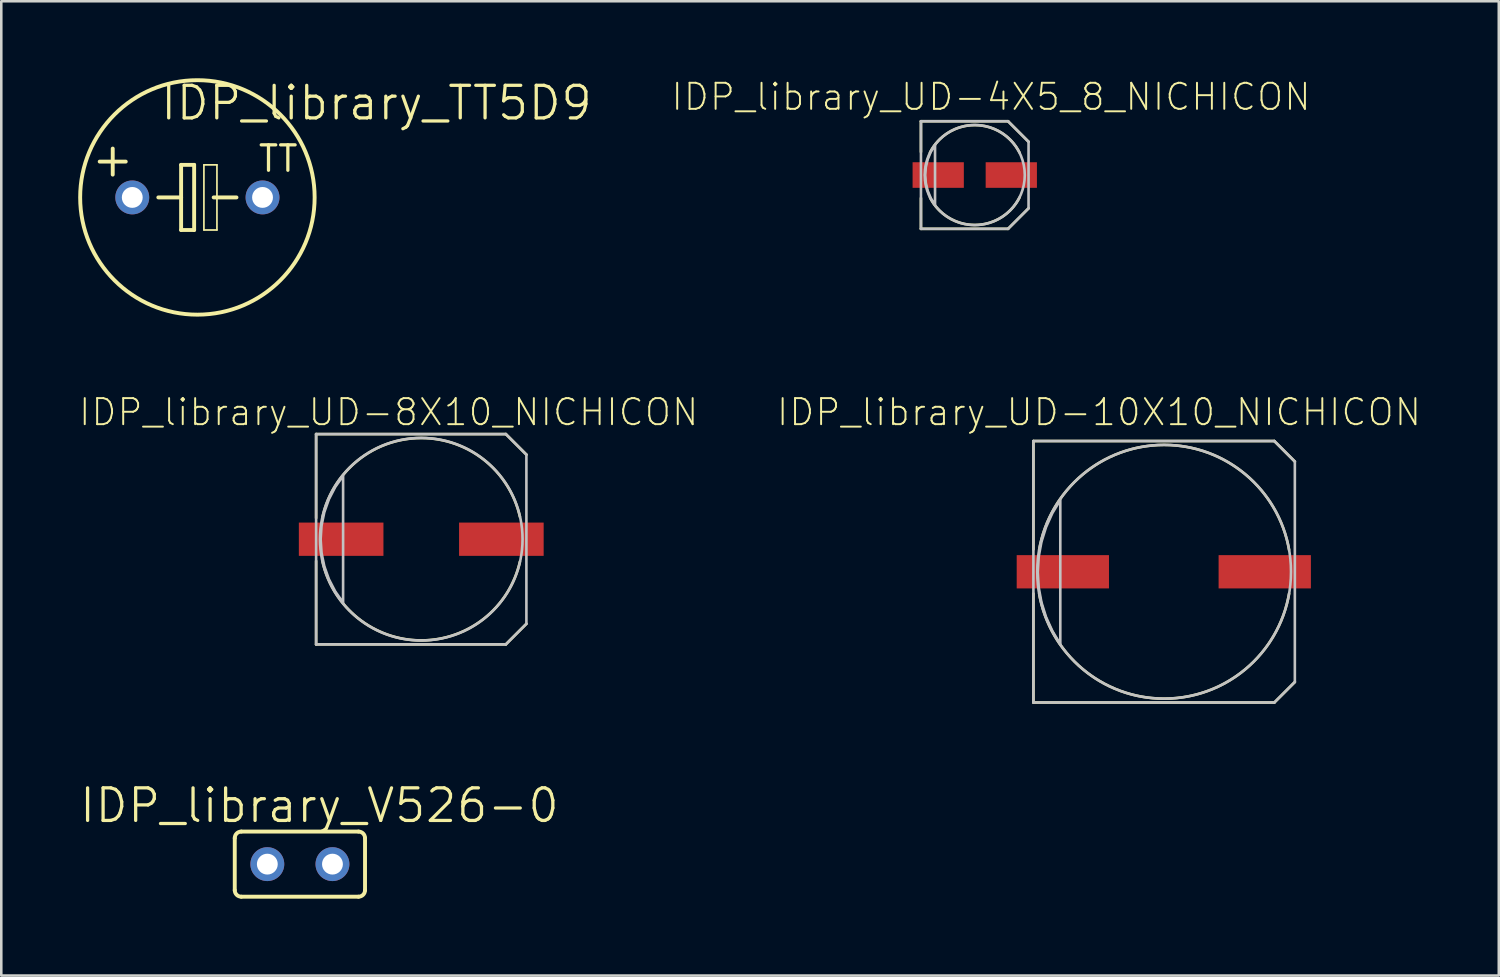
<source format=kicad_pcb>
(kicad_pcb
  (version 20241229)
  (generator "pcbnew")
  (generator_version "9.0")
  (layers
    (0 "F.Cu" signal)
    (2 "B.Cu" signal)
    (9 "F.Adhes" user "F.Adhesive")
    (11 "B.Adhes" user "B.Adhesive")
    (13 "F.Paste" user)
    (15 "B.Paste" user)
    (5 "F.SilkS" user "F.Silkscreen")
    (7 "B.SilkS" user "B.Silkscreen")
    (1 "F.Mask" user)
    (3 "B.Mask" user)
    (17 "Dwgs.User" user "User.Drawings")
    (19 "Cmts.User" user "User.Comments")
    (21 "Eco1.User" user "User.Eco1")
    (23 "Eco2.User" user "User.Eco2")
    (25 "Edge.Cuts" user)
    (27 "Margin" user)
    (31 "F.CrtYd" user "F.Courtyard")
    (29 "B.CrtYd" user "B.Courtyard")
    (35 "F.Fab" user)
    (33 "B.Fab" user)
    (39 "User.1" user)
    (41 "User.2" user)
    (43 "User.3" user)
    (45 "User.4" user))
  (footprint "IDP_library_UD-4X5_8_NICHICON"
    (layer "F.Cu")
    (at 34.963 3.776)
    (property "Reference" "IDP_library_UD-4X5_8_NICHICON" (at 0.635 -3.048 0) (layer "F.SilkS") (effects (font (size 1.016 1.016) (thickness 0.076))))
    (attr smd)
    (fp_line (start -2.098 -2.098) (end 1.298 -2.098) (stroke (width 0.102) (type solid)) (layer "F.SilkS"))
    (fp_line (start -2.098 -0.899) (end -2.098 -2.098) (stroke (width 0.102) (type solid)) (layer "F.SilkS"))
    (fp_line (start -2.098 2.098) (end -2.098 0.899) (stroke (width 0.102) (type solid)) (layer "F.SilkS"))
    (fp_line (start 1.298 -2.098) (end 2.098 -1.298) (stroke (width 0.102) (type solid)) (layer "F.SilkS"))
    (fp_line (start 1.298 2.098) (end -2.098 2.098) (stroke (width 0.102) (type solid)) (layer "F.SilkS"))
    (fp_line (start 2.098 1.298) (end 1.298 2.098) (stroke (width 0.102) (type solid)) (layer "F.SilkS"))
    (fp_arc (start -1.74752 -0.87376) (mid -0.002361 -1.94819) (end 1.745384 -0.877971) (stroke (width 0.1016) (type solid)) (layer "F.SilkS"))
    (fp_arc (start 1.74752 0.87376) (mid 0.002361 1.94819) (end -1.745384 0.877971) (stroke (width 0.1016) (type solid)) (layer "F.SilkS"))
    (fp_line (start -2.098 -2.098) (end 1.298 -2.098) (stroke (width 0.102) (type solid)) (layer "Dwgs.User"))
    (fp_line (start -2.098 2.098) (end -2.098 -2.098) (stroke (width 0.102) (type solid)) (layer "Dwgs.User"))
    (fp_line (start 1.298 -2.098) (end 2.098 -1.298) (stroke (width 0.102) (type solid)) (layer "Dwgs.User"))
    (fp_line (start 1.298 2.098) (end -2.098 2.098) (stroke (width 0.102) (type solid)) (layer "Dwgs.User"))
    (fp_line (start 2.098 -1.298) (end 2.098 1.298) (stroke (width 0.102) (type solid)) (layer "Dwgs.User"))
    (fp_line (start 2.098 1.298) (end 1.298 2.098) (stroke (width 0.102) (type solid)) (layer "Dwgs.User"))
    (fp_circle (center 0 0) (end 0 -1.951) (stroke (width 0.102) (type solid)) (fill no) (layer "Dwgs.User"))
    (fp_poly (pts (xy -1.549 -1.173) (xy -1.714 -0.907) (xy -1.834 -0.617) (xy -1.908 -0.312) (xy -1.933 0) (xy -1.908 0.312) (xy -1.834 0.617) (xy -1.714 0.907) (xy -1.549 1.173) (xy -1.549 -1.173)) (stroke (width 0.102) (type solid)) (fill no) (layer "Dwgs.User"))
    (pad "+" smd rect (at 1.425 0) (size 1.999 0.998) (layers "F.Cu" "F.Mask" "F.Paste"))
    (pad "-" smd rect (at -1.425 0) (size 1.999 0.998) (layers "F.Cu" "F.Mask" "F.Paste")))
  (footprint "IDP_library_V526-0"
    (layer "F.Cu")
    (at 8.645 30.649)
    (property "Reference" "IDP_library_V526-0" (at 0.762 -2.286 0) (layer "F.SilkS") (effects (font (size 1.27 1.27) (thickness 0.127))))
    (attr exclude_from_pos_files exclude_from_bom)
    (fp_line (start -2.54 -1.016) (end -2.54 1.016) (stroke (width 0.152) (type solid)) (layer "F.SilkS"))
    (fp_line (start -2.286 1.27) (end 2.286 1.27) (stroke (width 0.152) (type solid)) (layer "F.SilkS"))
    (fp_line (start 2.286 -1.27) (end -2.286 -1.27) (stroke (width 0.152) (type solid)) (layer "F.SilkS"))
    (fp_line (start 2.54 1.016) (end 2.54 -1.016) (stroke (width 0.152) (type solid)) (layer "F.SilkS"))
    (fp_arc (start -2.54 -1.016) (mid -2.465605 -1.195605) (end -2.286 -1.27) (stroke (width 0.1524) (type solid)) (layer "F.SilkS"))
    (fp_arc (start -2.286 1.27) (mid -2.465605 1.195605) (end -2.54 1.016) (stroke (width 0.1524) (type solid)) (layer "F.SilkS"))
    (fp_arc (start 2.286 -1.27) (mid 2.465605 -1.195605) (end 2.54 -1.016) (stroke (width 0.1524) (type solid)) (layer "F.SilkS"))
    (fp_arc (start 2.54 1.016) (mid 2.465605 1.195605) (end 2.286 1.27) (stroke (width 0.1524) (type solid)) (layer "F.SilkS"))
    (pad "1" thru_hole circle (at -1.27 0) (size 1.321 1.321) (drill 0.813) (layers "*.Cu" "*.Paste" "*.Mask"))
    (pad "2" thru_hole circle (at 1.27 0) (size 1.321 1.321) (drill 0.813) (layers "*.Cu" "*.Paste" "*.Mask")))
  (footprint "IDP_library_UD-10X10_NICHICON"
    (layer "F.Cu")
    (at 42.348 19.248)
    (property "Reference" "IDP_library_UD-10X10_NICHICON" (at -2.54 -6.223 0) (layer "F.SilkS") (effects (font (size 1.016 1.016) (thickness 0.076))))
    (attr smd)
    (fp_line (start -5.098 -5.098) (end 4.298 -5.098) (stroke (width 0.102) (type solid)) (layer "F.SilkS"))
    (fp_line (start -5.098 -0.874) (end -5.098 -5.098) (stroke (width 0.102) (type solid)) (layer "F.SilkS"))
    (fp_line (start -5.098 5.098) (end -5.098 0.848) (stroke (width 0.102) (type solid)) (layer "F.SilkS"))
    (fp_line (start 4.298 -5.098) (end 5.098 -4.298) (stroke (width 0.102) (type solid)) (layer "F.SilkS"))
    (fp_line (start 4.298 5.098) (end -5.098 5.098) (stroke (width 0.102) (type solid)) (layer "F.SilkS"))
    (fp_line (start 5.098 4.298) (end 4.298 5.098) (stroke (width 0.102) (type solid)) (layer "F.SilkS"))
    (fp_arc (start -4.87426 -0.84836) (mid -0.0023 -4.947537) (end 4.873469 -0.852891) (stroke (width 0.1016) (type solid)) (layer "F.SilkS"))
    (fp_arc (start 4.87426 0.84836) (mid 0.0023 4.947537) (end -4.873469 0.852891) (stroke (width 0.1016) (type solid)) (layer "F.SilkS"))
    (fp_line (start -5.098 -5.098) (end 4.298 -5.098) (stroke (width 0.102) (type solid)) (layer "Dwgs.User"))
    (fp_line (start -5.098 5.098) (end -5.098 -5.098) (stroke (width 0.102) (type solid)) (layer "Dwgs.User"))
    (fp_line (start 4.298 -5.098) (end 5.098 -4.298) (stroke (width 0.102) (type solid)) (layer "Dwgs.User"))
    (fp_line (start 4.298 5.098) (end -5.098 5.098) (stroke (width 0.102) (type solid)) (layer "Dwgs.User"))
    (fp_line (start 5.098 -4.298) (end 5.098 4.298) (stroke (width 0.102) (type solid)) (layer "Dwgs.User"))
    (fp_line (start 5.098 4.298) (end 4.298 5.098) (stroke (width 0.102) (type solid)) (layer "Dwgs.User"))
    (fp_circle (center 0 0) (end 0 -4.948) (stroke (width 0.102) (type solid)) (fill no) (layer "Dwgs.User"))
    (fp_poly (pts (xy -4.049 -2.799) (xy -4.359 -2.289) (xy -4.605 -1.742) (xy -4.783 -1.171) (xy -4.892 -0.584) (xy -4.928 0.01) (xy -4.892 0.607) (xy -4.783 1.196) (xy -4.605 1.768) (xy -4.359 2.311) (xy -4.049 2.824) (xy -4.049 -2.799)) (stroke (width 0.102) (type solid)) (fill no) (layer "Dwgs.User"))
    (pad "+" smd rect (at 3.924 0) (size 3.599 1.298) (layers "F.Cu" "F.Mask" "F.Paste"))
    (pad "-" smd rect (at -3.95 0) (size 3.599 1.298) (layers "F.Cu" "F.Mask" "F.Paste")))
  (footprint "IDP_library_TT5D9"
    (layer "F.Cu")
    (at 4.648 4.649)
    (property "Reference" "IDP_library_TT5D9" (at 6.985 -3.683 0) (layer "F.SilkS") (effects (font (size 1.27 1.27) (thickness 0.127))))
    (attr exclude_from_pos_files exclude_from_bom)
    (fp_line (start -3.302 -1.905) (end -3.302 -0.889) (stroke (width 0.152) (type solid)) (layer "F.SilkS"))
    (fp_line (start -2.794 -1.397) (end -3.81 -1.397) (stroke (width 0.152) (type solid)) (layer "F.SilkS"))
    (fp_line (start -1.524 0) (end -0.635 0) (stroke (width 0.152) (type solid)) (layer "F.SilkS"))
    (fp_line (start -0.635 -1.27) (end -0.635 0) (stroke (width 0.152) (type solid)) (layer "F.SilkS"))
    (fp_line (start -0.635 0) (end -0.635 1.27) (stroke (width 0.152) (type solid)) (layer "F.SilkS"))
    (fp_line (start -0.635 1.27) (end -0.127 1.27) (stroke (width 0.152) (type solid)) (layer "F.SilkS"))
    (fp_line (start -0.127 -1.27) (end -0.635 -1.27) (stroke (width 0.152) (type solid)) (layer "F.SilkS"))
    (fp_line (start -0.127 1.27) (end -0.127 -1.27) (stroke (width 0.152) (type solid)) (layer "F.SilkS"))
    (fp_line (start 0.254 -1.27) (end 0.762 -1.27) (stroke (width 0.066) (type solid)) (layer "F.SilkS"))
    (fp_line (start 0.254 1.27) (end 0.254 -1.27) (stroke (width 0.066) (type solid)) (layer "F.SilkS"))
    (fp_line (start 0.254 1.27) (end 0.762 1.27) (stroke (width 0.066) (type solid)) (layer "F.SilkS"))
    (fp_line (start 0.635 0) (end 1.524 0) (stroke (width 0.152) (type solid)) (layer "F.SilkS"))
    (fp_line (start 0.762 1.27) (end 0.762 -1.27) (stroke (width 0.066) (type solid)) (layer "F.SilkS"))
    (fp_circle (center 0 0) (end 0 -4.572) (stroke (width 0.152) (type solid)) (fill no) (layer "F.SilkS"))
    (fp_text user "TT" (at 3.15 -1.511 0) (layer "F.SilkS") (effects (font (size 0.991 0.991) (thickness 0.127))))
    (pad "+" thru_hole circle (at -2.54 0) (size 1.321 1.321) (drill 0.813) (layers "*.Cu" "*.Paste" "*.Mask"))
    (pad "-" thru_hole circle (at 2.54 0) (size 1.321 1.321) (drill 0.813) (layers "*.Cu" "*.Paste" "*.Mask")))
  (footprint "IDP_library_UD-8X10_NICHICON"
    (layer "F.Cu")
    (at 13.378 17.978)
    (property "Reference" "IDP_library_UD-8X10_NICHICON" (at -1.27 -4.953 0) (layer "F.SilkS") (effects (font (size 1.016 1.016) (thickness 0.076))))
    (attr smd)
    (fp_line (start -4.1 -4.1) (end 3.299 -4.1) (stroke (width 0.102) (type solid)) (layer "F.SilkS"))
    (fp_line (start -4.1 -0.823) (end -4.1 -4.1) (stroke (width 0.102) (type solid)) (layer "F.SilkS"))
    (fp_line (start -4.1 4.1) (end -4.1 0.848) (stroke (width 0.102) (type solid)) (layer "F.SilkS"))
    (fp_line (start 3.299 -4.1) (end 4.1 -3.299) (stroke (width 0.102) (type solid)) (layer "F.SilkS"))
    (fp_line (start 3.299 4.1) (end -4.1 4.1) (stroke (width 0.102) (type solid)) (layer "F.SilkS"))
    (fp_line (start 4.1 3.299) (end 3.299 4.1) (stroke (width 0.102) (type solid)) (layer "F.SilkS"))
    (fp_arc (start -3.8481 -0.87376) (mid -0.000494 -3.946052) (end 3.847881 -0.874724) (stroke (width 0.1016) (type solid)) (layer "F.SilkS"))
    (fp_arc (start 3.8481 0.87376) (mid 0.000494 3.946052) (end -3.847881 0.874724) (stroke (width 0.1016) (type solid)) (layer "F.SilkS"))
    (fp_line (start -4.1 -4.1) (end 3.299 -4.1) (stroke (width 0.102) (type solid)) (layer "Dwgs.User"))
    (fp_line (start -4.1 4.1) (end -4.1 -4.1) (stroke (width 0.102) (type solid)) (layer "Dwgs.User"))
    (fp_line (start 3.299 -4.1) (end 4.1 -3.299) (stroke (width 0.102) (type solid)) (layer "Dwgs.User"))
    (fp_line (start 3.299 4.1) (end -4.1 4.1) (stroke (width 0.102) (type solid)) (layer "Dwgs.User"))
    (fp_line (start 4.1 -3.299) (end 4.1 3.299) (stroke (width 0.102) (type solid)) (layer "Dwgs.User"))
    (fp_line (start 4.1 3.299) (end 3.299 4.1) (stroke (width 0.102) (type solid)) (layer "Dwgs.User"))
    (fp_circle (center 0 0) (end 0 -3.95) (stroke (width 0.102) (type solid)) (fill no) (layer "Dwgs.User"))
    (fp_poly (pts (xy -3.048 -2.474) (xy -3.355 -2.037) (xy -3.602 -1.56) (xy -3.78 -1.057) (xy -3.889 -0.533) (xy -3.924 0) (xy -3.889 0.533) (xy -3.78 1.057) (xy -3.602 1.56) (xy -3.355 2.037) (xy -3.048 2.474) (xy -3.048 -2.474)) (stroke (width 0.102) (type solid)) (fill no) (layer "Dwgs.User"))
    (pad "+" smd rect (at 3.124 0) (size 3.299 1.298) (layers "F.Cu" "F.Mask" "F.Paste"))
    (pad "-" smd rect (at -3.124 0) (size 3.299 1.298) (layers "F.Cu" "F.Mask" "F.Paste")))
  (gr_rect
    (start -3 -3)
    (end 55.399 34.995)
    (stroke (width 0.1) (type default))
    (fill no)
    (layer "Edge.Cuts")))
</source>
